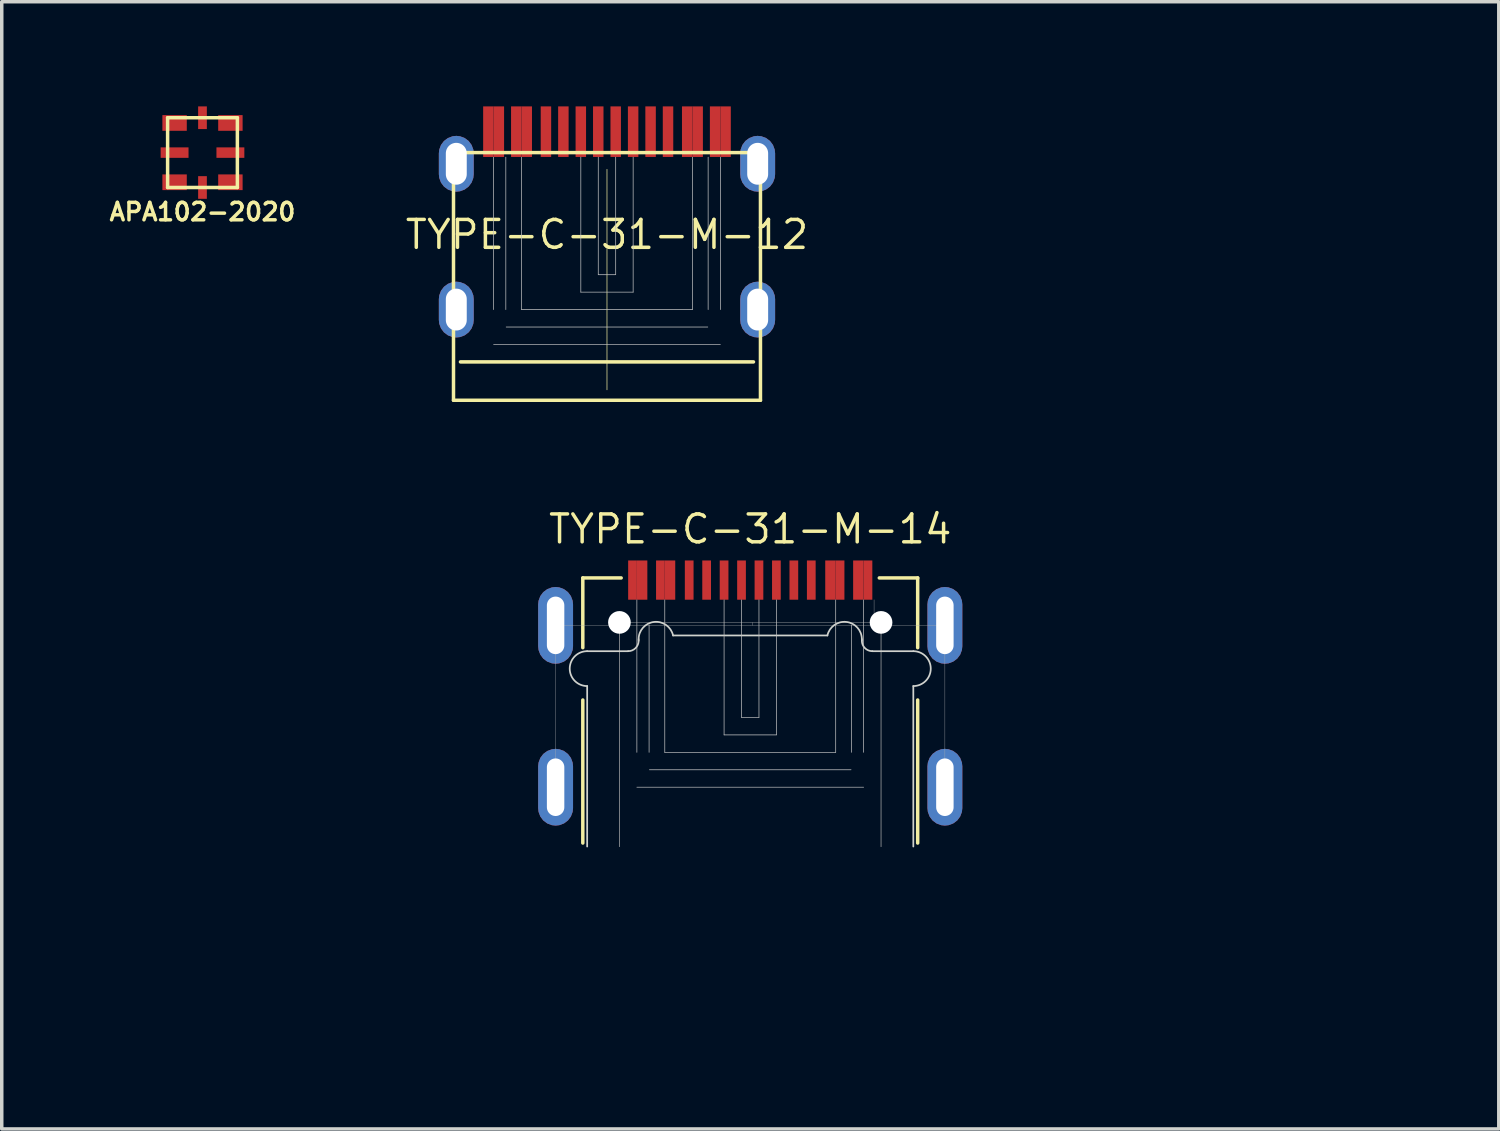
<source format=kicad_pcb>
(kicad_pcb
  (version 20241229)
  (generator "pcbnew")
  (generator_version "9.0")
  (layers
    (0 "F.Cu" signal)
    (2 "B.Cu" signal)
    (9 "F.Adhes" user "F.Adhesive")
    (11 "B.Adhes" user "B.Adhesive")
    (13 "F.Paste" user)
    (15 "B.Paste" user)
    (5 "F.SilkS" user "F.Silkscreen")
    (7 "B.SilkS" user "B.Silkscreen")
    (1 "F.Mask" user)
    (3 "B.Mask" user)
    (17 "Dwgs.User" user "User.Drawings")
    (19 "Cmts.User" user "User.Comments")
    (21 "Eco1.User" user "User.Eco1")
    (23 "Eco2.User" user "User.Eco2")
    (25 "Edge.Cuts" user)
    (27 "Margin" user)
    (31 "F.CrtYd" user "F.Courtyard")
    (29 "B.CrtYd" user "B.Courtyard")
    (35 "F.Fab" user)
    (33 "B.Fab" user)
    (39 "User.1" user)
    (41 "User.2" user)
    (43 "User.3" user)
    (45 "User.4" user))
  (footprint "TYPE-C-31-M-14"
    (layer "F.Cu")
    (at 18.458 18.518)
    (property "Reference" "TYPE-C-31-M-14" (at 0 -6.4 180) (layer "F.SilkS") (effects (font (size 0.8 0.8) (thickness 0.1))))
    (attr smd)
    (fp_line (start -4.8 -5) (end -4.8 -3) (stroke (width 0.1) (type solid)) (layer "F.SilkS"))
    (fp_line (start -4.8 -1.5) (end -4.8 2.6) (stroke (width 0.1) (type solid)) (layer "F.SilkS"))
    (fp_line (start -3.7 -5) (end -4.8 -5) (stroke (width 0.1) (type solid)) (layer "F.SilkS"))
    (fp_line (start 4.8 -5) (end 3.7 -5) (stroke (width 0.1) (type solid)) (layer "F.SilkS"))
    (fp_line (start 4.8 -5) (end 4.8 -3) (stroke (width 0.1) (type solid)) (layer "F.SilkS"))
    (fp_line (start 4.8 -1.5) (end 4.8 2.6) (stroke (width 0.1) (type solid)) (layer "F.SilkS"))
    (fp_line (start -3.25 -4.37) (end -3.25 0) (stroke (width 0.02) (type solid)) (layer "Dwgs.User"))
    (fp_line (start -3.25 1) (end 3.25 1) (stroke (width 0.02) (type solid)) (layer "Dwgs.User"))
    (fp_line (start -2.9 -3.65) (end -2.9 0) (stroke (width 0.02) (type solid)) (layer "Dwgs.User"))
    (fp_line (start -2.89 0.5) (end 2.89 0.5) (stroke (width 0.02) (type solid)) (layer "Dwgs.User"))
    (fp_line (start -2.45 -4.37) (end -2.45 0) (stroke (width 0.02) (type solid)) (layer "Dwgs.User"))
    (fp_line (start -2.45 0) (end 2.45 0) (stroke (width 0.02) (type solid)) (layer "Dwgs.User"))
    (fp_line (start -0.75 -4.37) (end -0.75 -0.5) (stroke (width 0.02) (type solid)) (layer "Dwgs.User"))
    (fp_line (start -0.75 -0.5) (end 0.75 -0.5) (stroke (width 0.02) (type solid)) (layer "Dwgs.User"))
    (fp_line (start -0.25 -4.37) (end -0.25 -1) (stroke (width 0.02) (type solid)) (layer "Dwgs.User"))
    (fp_line (start -0.25 -1) (end 0.25 -1) (stroke (width 0.02) (type solid)) (layer "Dwgs.User"))
    (fp_line (start 0.25 -4.37) (end 0.25 -1) (stroke (width 0.02) (type solid)) (layer "Dwgs.User"))
    (fp_line (start 0.75 -4.37) (end 0.75 -0.5) (stroke (width 0.02) (type solid)) (layer "Dwgs.User"))
    (fp_line (start 2.45 -4.37) (end 2.45 0) (stroke (width 0.02) (type solid)) (layer "Dwgs.User"))
    (fp_line (start 2.9 -3.65) (end 2.9 0) (stroke (width 0.02) (type solid)) (layer "Dwgs.User"))
    (fp_line (start 3.25 -4.37) (end 3.25 0) (stroke (width 0.02) (type solid)) (layer "Dwgs.User"))
    (fp_line (start -4.675 -1.9) (end -4.675 2.7) (stroke (width 0.05) (type solid)) (layer "Edge.Cuts"))
    (fp_line (start -3.5 -2.9) (end -4.675 -2.9) (stroke (width 0.05) (type solid)) (layer "Edge.Cuts"))
    (fp_line (start -3.2 -3.242) (end -3.2 -3.2) (stroke (width 0.05) (type default)) (layer "Edge.Cuts"))
    (fp_line (start 2.212 -3.35) (end -2.212 -3.35) (stroke (width 0.05) (type default)) (layer "Edge.Cuts"))
    (fp_line (start 3.2 -3.242) (end 3.2 -3.2) (stroke (width 0.05) (type default)) (layer "Edge.Cuts"))
    (fp_line (start 4.675 -2.9) (end 3.5 -2.9) (stroke (width 0.05) (type solid)) (layer "Edge.Cuts"))
    (fp_line (start 4.675 2.7) (end 4.675 -1.9) (stroke (width 0.05) (type solid)) (layer "Edge.Cuts"))
    (fp_arc (start -4.675 -1.9) (mid -5.175 -2.4) (end -4.675 -2.9) (stroke (width 0.05) (type default)) (layer "Edge.Cuts"))
    (fp_arc (start -3.2 -3.241535) (mid -2.754558 -3.738547) (end -2.211906 -3.35) (stroke (width 0.05) (type default)) (layer "Edge.Cuts"))
    (fp_arc (start -3.2 -3.2) (mid -3.287868 -2.987868) (end -3.5 -2.9) (stroke (width 0.05) (type default)) (layer "Edge.Cuts"))
    (fp_arc (start 2.211906 -3.35) (mid 2.754558 -3.73855) (end 3.2 -3.241535) (stroke (width 0.05) (type default)) (layer "Edge.Cuts"))
    (fp_arc (start 3.5 -2.9) (mid 3.287868 -2.987868) (end 3.2 -3.2) (stroke (width 0.05) (type default)) (layer "Edge.Cuts"))
    (fp_arc (start 4.675 -2.9) (mid 5.175 -2.4) (end 4.675 -1.9) (stroke (width 0.05) (type default)) (layer "Edge.Cuts"))
    (fp_line (start -5.58 -3.64) (end -5.58 1.04) (stroke (width 0.01) (type solid)) (layer "F.Fab"))
    (fp_line (start -5.575 -3.64) (end 0 -3.64) (stroke (width 0.01) (type solid)) (layer "F.Fab"))
    (fp_line (start -3.75 -3.725) (end -3.75 2.705) (stroke (width 0.02) (type solid)) (layer "F.Fab"))
    (fp_line (start -3.75 -3.725) (end 0 -3.725) (stroke (width 0.01) (type solid)) (layer "F.Fab"))
    (fp_line (start 0 -3.725) (end 3.75 -3.725) (stroke (width 0.01) (type solid)) (layer "F.Fab"))
    (fp_line (start 0 -3.64) (end 5.575 -3.64) (stroke (width 0.01) (type solid)) (layer "F.Fab"))
    (fp_line (start 0.07 -3.72) (end 0.07 -3.64) (stroke (width 0.01) (type solid)) (layer "F.Fab"))
    (fp_line (start 3.55 -4.375) (end 3.55 -3.725) (stroke (width 0.01) (type solid)) (layer "F.Fab"))
    (fp_line (start 3.75 -3.725) (end 3.75 2.705) (stroke (width 0.02) (type solid)) (layer "F.Fab"))
    (fp_line (start 5.58 -3.64) (end 5.58 1.04) (stroke (width 0.01) (type solid)) (layer "F.Fab"))
    (fp_text user "Tweaked again according to EC drawings Aug25" (at 0 7.55 0) (unlocked yes) (layer "User.4") (effects (font (size 1 1) (thickness 0.15)) (justify bottom)))
    (fp_text user "Tweaked according to EC drawings Jan25" (at 0 5.7 0) (unlocked yes) (layer "User.4") (effects (font (size 1 1) (thickness 0.15)) (justify bottom)))
    (pad "" np_thru_hole circle (at -3.75 -3.725) (size 0.65 0.65) (drill 0.65) (layers "*.Cu" "*.Mask"))
    (pad "" np_thru_hole circle (at 3.75 -3.725) (size 0.65 0.65) (drill 0.65) (layers "*.Cu" "*.Mask"))
    (pad "A1" smd rect (at -3.375 -4.938) (size 0.25 1.125) (layers "F.Cu" "F.Mask" "F.Paste"))
    (pad "A4" smd rect (at -2.575 -4.938) (size 0.25 1.125) (layers "F.Cu" "F.Mask" "F.Paste"))
    (pad "A5" smd rect (at -1.25 -4.938) (size 0.25 1.125) (layers "F.Cu" "F.Mask" "F.Paste"))
    (pad "A6" smd rect (at -0.25 -4.938) (size 0.25 1.125) (layers "F.Cu" "F.Mask" "F.Paste"))
    (pad "A7" smd rect (at 0.25 -4.938) (size 0.25 1.125) (layers "F.Cu" "F.Mask" "F.Paste"))
    (pad "A8" smd rect (at 1.25 -4.938) (size 0.25 1.125) (layers "F.Cu" "F.Mask" "F.Paste"))
    (pad "A9" smd rect (at 2.575 -4.938) (size 0.25 1.125) (layers "F.Cu" "F.Mask" "F.Paste"))
    (pad "A12" smd rect (at 3.375 -4.938) (size 0.25 1.125) (layers "F.Cu" "F.Mask" "F.Paste"))
    (pad "B1" smd rect (at 3.1 -4.938) (size 0.3 1.125) (layers "F.Cu" "F.Mask" "F.Paste"))
    (pad "B4" smd rect (at 2.3 -4.938) (size 0.3 1.125) (layers "F.Cu" "F.Mask" "F.Paste"))
    (pad "B5" smd rect (at 1.75 -4.938) (size 0.25 1.125) (layers "F.Cu" "F.Mask" "F.Paste"))
    (pad "B6" smd rect (at 0.75 -4.938) (size 0.25 1.125) (layers "F.Cu" "F.Mask" "F.Paste"))
    (pad "B7" smd rect (at -0.75 -4.938) (size 0.25 1.125) (layers "F.Cu" "F.Mask" "F.Paste"))
    (pad "B8" smd rect (at -1.75 -4.938) (size 0.25 1.125) (layers "F.Cu" "F.Mask" "F.Paste"))
    (pad "B9" smd rect (at -2.3 -4.938) (size 0.3 1.125) (layers "F.Cu" "F.Mask" "F.Paste"))
    (pad "B12" smd rect (at -3.1 -4.938) (size 0.3 1.125) (layers "F.Cu" "F.Mask" "F.Paste"))
    (pad "Sh1" thru_hole roundrect (at -5.58 -3.64) (size 1 2.2) (drill oval 0.5 1.65) (layers "*.Cu" "*.Mask") (roundrect_rratio 0.5))
    (pad "Sh1" thru_hole roundrect (at -5.58 1) (size 1 2.2) (drill oval 0.5 1.65) (layers "*.Cu" "*.Mask") (roundrect_rratio 0.5))
    (pad "Sh1" thru_hole roundrect (at 5.58 -3.64) (size 1 2.2) (drill oval 0.5 1.65) (layers "*.Cu" "*.Mask") (roundrect_rratio 0.5))
    (pad "Sh1" thru_hole roundrect (at 5.58 1) (size 1 2.2) (drill oval 0.5 1.65) (layers "*.Cu" "*.Mask") (roundrect_rratio 0.5))
    (zone (net_name "") (layers "F.Cu" "B.Cu") (hatch edge 0.5) (connect_pads) (min_thickness 0.25) (filled_areas_thickness no) (keepout (tracks not_allowed) (vias allowed) (pads allowed) (copperpour not_allowed) (footprints allowed)) (placement (enabled no)) (fill) (polygon (pts (xy 23.858 21.119) (xy 13.058 21.119) (xy 13.058 14.768) (xy 23.808 14.768)))))
  (footprint "TYPE-C-31-M-12"
    (layer "F.Cu")
    (at 14.351 5.825)
    (property "Reference" "TYPE-C-31-M-12" (at 0 -2.15 0) (layer "F.SilkS") (effects (font (size 0.8 0.8) (thickness 0.1))))
    (attr smd)
    (fp_line (start -4.4 -4.5) (end -4.4 2.6) (stroke (width 0.1) (type solid)) (layer "F.SilkS"))
    (fp_line (start -4.4 -4.5) (end 4.4 -4.5) (stroke (width 0.1) (type solid)) (layer "F.SilkS"))
    (fp_line (start 0 -4.02) (end 0 2.3) (stroke (width 0.02) (type solid)) (layer "F.SilkS"))
    (fp_line (start 4.2 1.5) (end -4.2 1.5) (stroke (width 0.1) (type solid)) (layer "F.SilkS"))
    (fp_line (start 4.4 -4.5) (end 4.4 2.6) (stroke (width 0.1) (type solid)) (layer "F.SilkS"))
    (fp_line (start 4.4 2.6) (end -4.4 2.6) (stroke (width 0.1) (type solid)) (layer "F.SilkS"))
    (fp_line (start -3.25 -4.37) (end -3.25 0) (stroke (width 0.02) (type solid)) (layer "Dwgs.User"))
    (fp_line (start -3.25 1) (end 3.25 1) (stroke (width 0.02) (type solid)) (layer "Dwgs.User"))
    (fp_line (start -2.9 -4.37) (end -2.9 0) (stroke (width 0.02) (type solid)) (layer "Dwgs.User"))
    (fp_line (start -2.89 0.5) (end 2.89 0.5) (stroke (width 0.02) (type solid)) (layer "Dwgs.User"))
    (fp_line (start -2.45 -4.37) (end -2.45 0) (stroke (width 0.02) (type solid)) (layer "Dwgs.User"))
    (fp_line (start -2.45 0) (end 2.45 0) (stroke (width 0.02) (type solid)) (layer "Dwgs.User"))
    (fp_line (start -0.75 -4.37) (end -0.75 -0.5) (stroke (width 0.02) (type solid)) (layer "Dwgs.User"))
    (fp_line (start -0.75 -0.5) (end 0.75 -0.5) (stroke (width 0.02) (type solid)) (layer "Dwgs.User"))
    (fp_line (start -0.25 -4.37) (end -0.25 -1) (stroke (width 0.02) (type solid)) (layer "Dwgs.User"))
    (fp_line (start -0.25 -1) (end 0.25 -1) (stroke (width 0.02) (type solid)) (layer "Dwgs.User"))
    (fp_line (start 0.25 -4.37) (end 0.25 -1) (stroke (width 0.02) (type solid)) (layer "Dwgs.User"))
    (fp_line (start 0.75 -4.37) (end 0.75 -0.5) (stroke (width 0.02) (type solid)) (layer "Dwgs.User"))
    (fp_line (start 2.45 -4.37) (end 2.45 0) (stroke (width 0.02) (type solid)) (layer "Dwgs.User"))
    (fp_line (start 2.9 -4.37) (end 2.9 0) (stroke (width 0.02) (type solid)) (layer "Dwgs.User"))
    (fp_line (start 3.25 -4.37) (end 3.25 0) (stroke (width 0.02) (type solid)) (layer "Dwgs.User"))
    (pad "A1" smd rect (at -3.4 -5.1) (size 0.3 1.45) (layers "F.Cu" "F.Mask" "F.Paste"))
    (pad "A4" smd rect (at -2.6 -5.1) (size 0.3 1.45) (layers "F.Cu" "F.Mask" "F.Paste"))
    (pad "A5" smd rect (at -1.25 -5.1) (size 0.3 1.45) (layers "F.Cu" "F.Mask" "F.Paste"))
    (pad "A6" smd rect (at -0.25 -5.1) (size 0.3 1.45) (layers "F.Cu" "F.Mask" "F.Paste"))
    (pad "A7" smd rect (at 0.25 -5.1) (size 0.3 1.45) (layers "F.Cu" "F.Mask" "F.Paste"))
    (pad "A8" smd rect (at 1.25 -5.1) (size 0.3 1.45) (layers "F.Cu" "F.Mask" "F.Paste"))
    (pad "A9" smd rect (at 2.6 -5.1) (size 0.3 1.45) (layers "F.Cu" "F.Mask" "F.Paste"))
    (pad "A12" smd rect (at 3.4 -5.1) (size 0.3 1.45) (layers "F.Cu" "F.Mask" "F.Paste"))
    (pad "B1" smd rect (at 3.1 -5.1) (size 0.3 1.45) (layers "F.Cu" "F.Mask" "F.Paste"))
    (pad "B4" smd rect (at 2.3 -5.1) (size 0.3 1.45) (layers "F.Cu" "F.Mask" "F.Paste"))
    (pad "B5" smd rect (at 1.75 -5.1) (size 0.3 1.45) (layers "F.Cu" "F.Mask" "F.Paste"))
    (pad "B6" smd rect (at 0.75 -5.1) (size 0.3 1.45) (layers "F.Cu" "F.Mask" "F.Paste"))
    (pad "B7" smd rect (at -0.75 -5.1) (size 0.3 1.45) (layers "F.Cu" "F.Mask" "F.Paste"))
    (pad "B8" smd rect (at -1.75 -5.1) (size 0.3 1.45) (layers "F.Cu" "F.Mask" "F.Paste"))
    (pad "B9" smd rect (at -2.3 -5.1) (size 0.3 1.45) (layers "F.Cu" "F.Mask" "F.Paste"))
    (pad "B12" smd rect (at -3.1 -5.1) (size 0.3 1.45) (layers "F.Cu" "F.Mask" "F.Paste"))
    (pad "S1" thru_hole roundrect (at -4.32 -4.18) (size 1 1.6) (drill oval 0.6 1.2) (layers "*.Cu" "*.Mask") (roundrect_rratio 0.5))
    (pad "S1" thru_hole roundrect (at -4.32 0) (size 1 1.6) (drill oval 0.6 1.2) (layers "*.Cu" "*.Mask") (roundrect_rratio 0.5))
    (pad "S1" thru_hole roundrect (at 4.32 -4.18) (size 1 1.6) (drill oval 0.6 1.2) (layers "*.Cu" "*.Mask") (roundrect_rratio 0.5))
    (pad "S1" thru_hole roundrect (at 4.32 0) (size 1 1.6) (drill oval 0.6 1.2) (layers "*.Cu" "*.Mask") (roundrect_rratio 0.5)))
  (footprint "APA102-2020"
    (layer "F.Cu")
    (at 2.755 1.325)
    (property "Reference" "APA102-2020" (at 0 1.7 0) (layer "F.SilkS") (effects (font (size 0.5 0.5) (thickness 0.1))))
    (attr through_hole)
    (fp_line (start -1 -1) (end -1 1) (stroke (width 0.1) (type solid)) (layer "F.SilkS"))
    (fp_line (start -1 -1) (end 1 -1) (stroke (width 0.1) (type solid)) (layer "F.SilkS"))
    (fp_line (start -1 1) (end 1 1) (stroke (width 0.1) (type solid)) (layer "F.SilkS"))
    (fp_line (start 1 -1) (end 1 1) (stroke (width 0.1) (type solid)) (layer "F.SilkS"))
    (pad "1" smd rect (at -0.8 -0.85) (size 0.7 0.45) (layers "F.Cu" "F.Mask" "F.Paste"))
    (pad "1" smd rect (at 0 -1) (size 0.25 0.65) (layers "F.Cu" "F.Mask" "F.Paste"))
    (pad "2" smd rect (at -0.8 0) (size 0.8 0.3) (layers "F.Cu" "F.Mask" "F.Paste"))
    (pad "3" smd rect (at -0.8 0.85) (size 0.7 0.45) (layers "F.Cu" "F.Mask" "F.Paste"))
    (pad "4" smd rect (at 0.8 0.85) (size 0.7 0.45) (layers "F.Cu" "F.Mask" "F.Paste"))
    (pad "5" smd rect (at 0.8 0) (size 0.8 0.3) (layers "F.Cu" "F.Mask" "F.Paste"))
    (pad "6" smd rect (at 0 1) (size 0.25 0.65) (layers "F.Cu" "F.Mask" "F.Paste"))
    (pad "6" smd rect (at 0.8 -0.85) (size 0.7 0.45) (layers "F.Cu" "F.Mask" "F.Paste")))
  (gr_rect
    (start -3 -3)
    (end 39.917 29.315)
    (stroke (width 0.1) (type default))
    (fill no)
    (layer "Edge.Cuts")))
</source>
